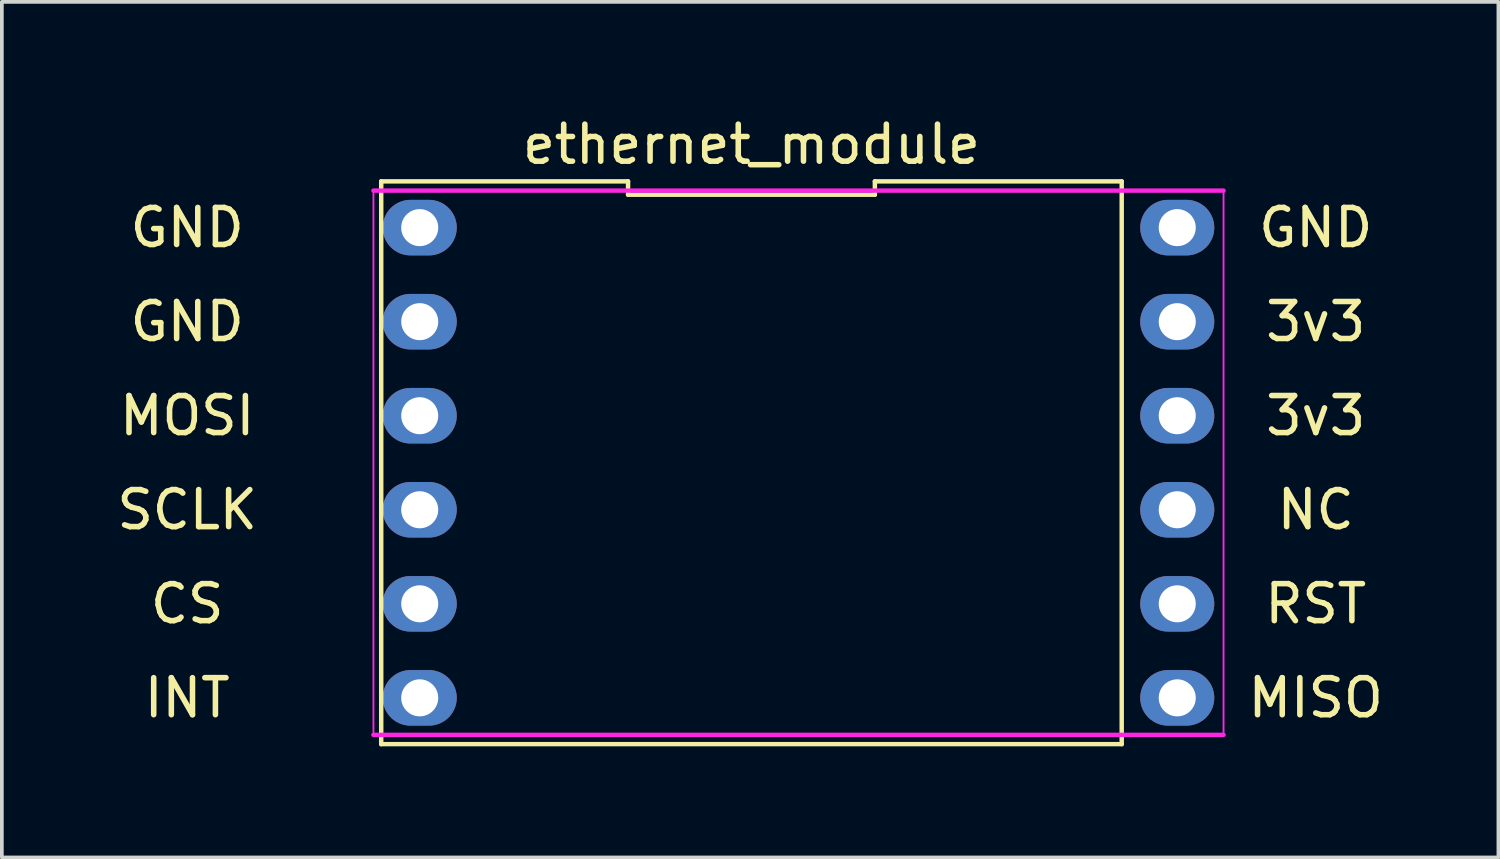
<source format=kicad_pcb>
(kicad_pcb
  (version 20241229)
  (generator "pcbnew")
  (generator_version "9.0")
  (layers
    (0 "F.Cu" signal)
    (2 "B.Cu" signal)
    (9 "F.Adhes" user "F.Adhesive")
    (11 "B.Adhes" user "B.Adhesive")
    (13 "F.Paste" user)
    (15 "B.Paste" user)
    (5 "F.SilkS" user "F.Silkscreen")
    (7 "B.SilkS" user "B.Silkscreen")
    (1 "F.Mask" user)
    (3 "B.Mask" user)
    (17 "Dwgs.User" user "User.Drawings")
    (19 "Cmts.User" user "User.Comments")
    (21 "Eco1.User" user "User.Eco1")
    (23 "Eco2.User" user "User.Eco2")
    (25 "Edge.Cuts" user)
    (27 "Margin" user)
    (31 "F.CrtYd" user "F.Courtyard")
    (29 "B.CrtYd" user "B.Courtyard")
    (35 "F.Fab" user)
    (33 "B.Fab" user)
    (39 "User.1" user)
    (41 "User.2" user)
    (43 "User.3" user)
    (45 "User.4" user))
  (footprint "ethernet_module"
    (layer "F.Cu")
    (at 17.246 9.448)
    (property "Reference" "ethernet_module" (at 0 -8.6 0) (layer "F.SilkS") (effects (font (size 1 1) (thickness 0.15))))
    (attr through_hole)
    (fp_line (start -10 -7.6) (end -10 7.6) (stroke (width 0.12) (type solid)) (layer "F.SilkS"))
    (fp_line (start -10 7.6) (end 10 7.6) (stroke (width 0.12) (type solid)) (layer "F.SilkS"))
    (fp_line (start -3.333 -7.6) (end -10 -7.6) (stroke (width 0.12) (type solid)) (layer "F.SilkS"))
    (fp_line (start -3.333 -7.24) (end -3.333 -7.6) (stroke (width 0.12) (type solid)) (layer "F.SilkS"))
    (fp_line (start 3.333 -7.6) (end 3.333 -7.24) (stroke (width 0.12) (type solid)) (layer "F.SilkS"))
    (fp_line (start 3.333 -7.24) (end -3.333 -7.24) (stroke (width 0.12) (type solid)) (layer "F.SilkS"))
    (fp_line (start 10 -7.6) (end 3.333 -7.6) (stroke (width 0.12) (type solid)) (layer "F.SilkS"))
    (fp_line (start 10 7.6) (end 10 -7.6) (stroke (width 0.12) (type solid)) (layer "F.SilkS"))
    (fp_line (start -10.21 -7.35) (end 12.75 -7.35) (stroke (width 0.12) (type solid)) (layer "F.CrtYd"))
    (fp_line (start -10.21 7.35) (end -10.21 -7.35) (stroke (width 0.05) (type solid)) (layer "F.CrtYd"))
    (fp_line (start -10.21 7.35) (end 12.75 7.35) (stroke (width 0.12) (type solid)) (layer "F.CrtYd"))
    (fp_line (start 12.75 -7.35) (end 12.75 7.35) (stroke (width 0.05) (type solid)) (layer "F.CrtYd"))
    (fp_text user "GND" (at 15.24 -6.35 0) (layer "F.SilkS") (effects (font (size 1 1) (thickness 0.15))))
    (fp_text user "RST" (at 15.24 3.81 0) (layer "F.SilkS") (effects (font (size 1 1) (thickness 0.15))))
    (fp_text user "3v3" (at 15.24 -3.81 0) (layer "F.SilkS") (effects (font (size 1 1) (thickness 0.15))))
    (fp_text user "INT" (at -15.24 6.35 0) (layer "F.SilkS") (effects (font (size 1 1) (thickness 0.15))))
    (fp_text user "GND" (at -15.24 -3.81 0) (layer "F.SilkS") (effects (font (size 1 1) (thickness 0.15))))
    (fp_text user "3v3" (at 15.24 -1.27 0) (layer "F.SilkS") (effects (font (size 1 1) (thickness 0.15))))
    (fp_text user "MOSI" (at -15.24 -1.27 0) (layer "F.SilkS") (effects (font (size 1 1) (thickness 0.15))))
    (fp_text user "SCLK" (at -15.24 1.27 0) (layer "F.SilkS") (effects (font (size 1 1) (thickness 0.15))))
    (fp_text user "MISO" (at 15.24 6.35 0) (layer "F.SilkS") (effects (font (size 1 1) (thickness 0.15))))
    (fp_text user "GND" (at -15.24 -6.35 0) (layer "F.SilkS") (effects (font (size 1 1) (thickness 0.15))))
    (fp_text user "NC" (at 15.24 1.27 0) (layer "F.SilkS") (effects (font (size 1 1) (thickness 0.15))))
    (fp_text user "CS" (at -15.24 3.81 0) (layer "F.SilkS") (effects (font (size 1 1) (thickness 0.15))))
    (pad "1" thru_hole oval (at -8.96 -6.35 270) (size 1.5 2) (drill 1) (layers "*.Cu" "*.Mask"))
    (pad "2" thru_hole oval (at -8.96 -3.81 270) (size 1.5 2) (drill 1) (layers "*.Cu" "*.Mask"))
    (pad "3" thru_hole oval (at -8.96 -1.27 270) (size 1.5 2) (drill 1) (layers "*.Cu" "*.Mask"))
    (pad "4" thru_hole oval (at -8.96 1.27 270) (size 1.5 2) (drill 1) (layers "*.Cu" "*.Mask"))
    (pad "5" thru_hole oval (at -8.96 3.81 270) (size 1.5 2) (drill 1) (layers "*.Cu" "*.Mask"))
    (pad "6" thru_hole oval (at -8.96 6.35 270) (size 1.5 2) (drill 1) (layers "*.Cu" "*.Mask"))
    (pad "7" thru_hole oval (at 11.5 6.35 270) (size 1.5 2) (drill 1) (layers "*.Cu" "*.Mask"))
    (pad "8" thru_hole oval (at 11.5 3.81 270) (size 1.5 2) (drill 1) (layers "*.Cu" "*.Mask"))
    (pad "9" thru_hole oval (at 11.5 1.27 270) (size 1.5 2) (drill 1) (layers "*.Cu" "*.Mask"))
    (pad "10" thru_hole oval (at 11.5 -1.27 270) (size 1.5 2) (drill 1) (layers "*.Cu" "*.Mask"))
    (pad "11" thru_hole oval (at 11.5 -3.81 270) (size 1.5 2) (drill 1) (layers "*.Cu" "*.Mask"))
    (pad "12" thru_hole oval (at 11.5 -6.35 270) (size 1.5 2) (drill 1) (layers "*.Cu" "*.Mask")))
  (gr_rect
    (start -3 -3)
    (end 37.42 20.108)
    (stroke (width 0.1) (type default))
    (fill no)
    (layer "Edge.Cuts")))
</source>
